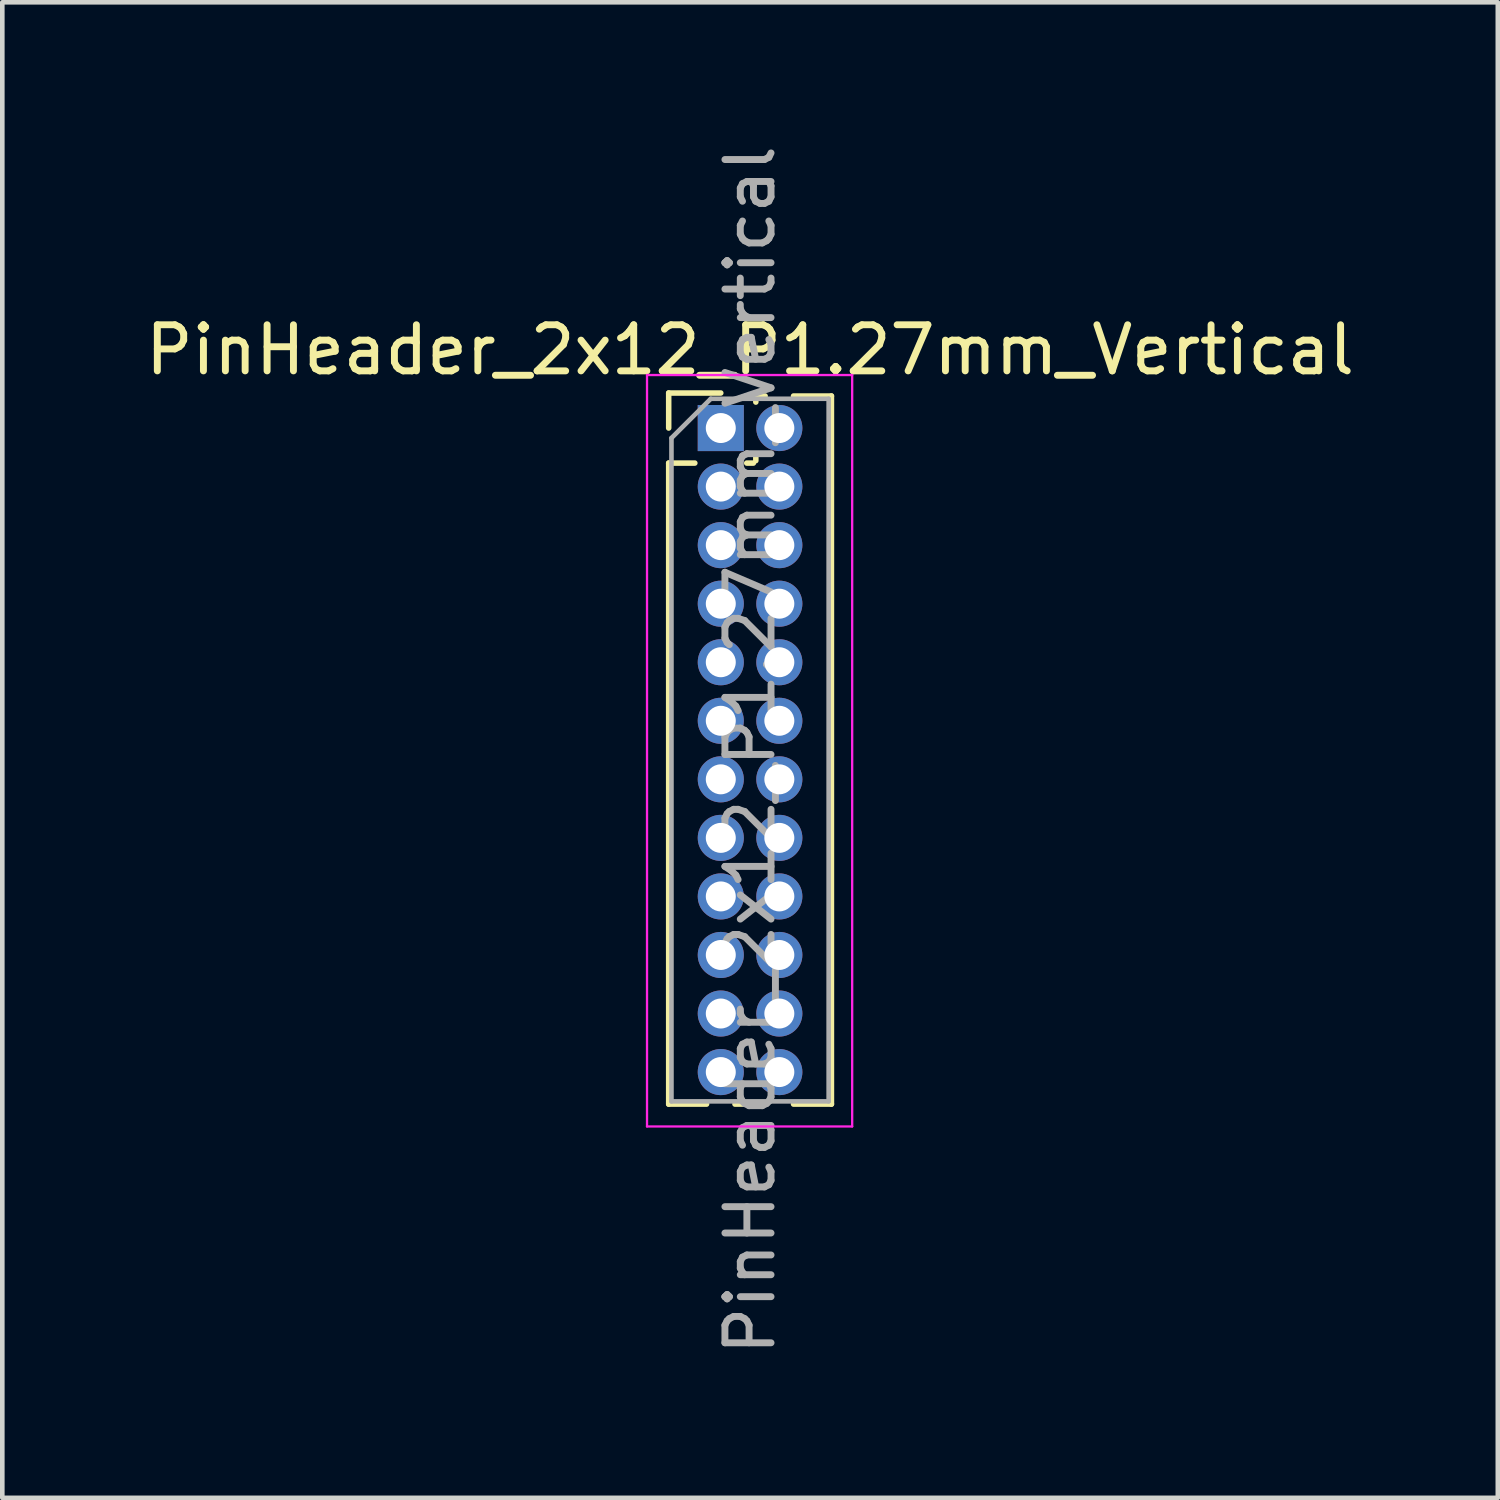
<source format=kicad_pcb>
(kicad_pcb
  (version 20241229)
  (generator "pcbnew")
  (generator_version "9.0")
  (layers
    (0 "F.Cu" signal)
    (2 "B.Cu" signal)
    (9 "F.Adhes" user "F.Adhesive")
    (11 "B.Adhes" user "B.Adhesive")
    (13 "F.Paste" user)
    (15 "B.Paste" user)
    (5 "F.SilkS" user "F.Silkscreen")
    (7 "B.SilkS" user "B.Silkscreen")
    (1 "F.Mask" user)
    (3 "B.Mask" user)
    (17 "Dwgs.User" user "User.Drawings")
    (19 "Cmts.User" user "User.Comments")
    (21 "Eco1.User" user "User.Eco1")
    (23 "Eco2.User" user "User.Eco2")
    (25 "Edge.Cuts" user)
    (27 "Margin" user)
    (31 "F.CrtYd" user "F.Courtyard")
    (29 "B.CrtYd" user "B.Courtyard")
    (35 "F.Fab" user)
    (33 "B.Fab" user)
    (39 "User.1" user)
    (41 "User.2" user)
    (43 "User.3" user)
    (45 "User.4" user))
  (footprint "PinHeader_2x12_P1.27mm_Vertical"
    (layer "F.Cu")
    (at 12.585 6.235)
    (property "Reference" "PinHeader_2x12_P1.27mm_Vertical" (at 0.635 -1.695 0) (layer "F.SilkS") (effects (font (size 1 1) (thickness 0.15))))
    (attr through_hole)
    (fp_line (start -1.13 -0.76) (end 0 -0.76) (stroke (width 0.12) (type solid)) (layer "F.SilkS"))
    (fp_line (start -1.13 0) (end -1.13 -0.76) (stroke (width 0.12) (type solid)) (layer "F.SilkS"))
    (fp_line (start -1.13 0.76) (end -1.13 14.665) (stroke (width 0.12) (type solid)) (layer "F.SilkS"))
    (fp_line (start -1.13 0.76) (end -0.563 0.76) (stroke (width 0.12) (type solid)) (layer "F.SilkS"))
    (fp_line (start -1.13 14.665) (end -0.308 14.665) (stroke (width 0.12) (type solid)) (layer "F.SilkS"))
    (fp_line (start 0.308 14.665) (end 0.962 14.665) (stroke (width 0.12) (type solid)) (layer "F.SilkS"))
    (fp_line (start 0.563 0.76) (end 0.707 0.76) (stroke (width 0.12) (type solid)) (layer "F.SilkS"))
    (fp_line (start 0.76 -0.695) (end 0.962 -0.695) (stroke (width 0.12) (type solid)) (layer "F.SilkS"))
    (fp_line (start 0.76 -0.563) (end 0.76 -0.695) (stroke (width 0.12) (type solid)) (layer "F.SilkS"))
    (fp_line (start 0.76 0.707) (end 0.76 0.563) (stroke (width 0.12) (type solid)) (layer "F.SilkS"))
    (fp_line (start 1.578 -0.695) (end 2.4 -0.695) (stroke (width 0.12) (type solid)) (layer "F.SilkS"))
    (fp_line (start 1.578 14.665) (end 2.4 14.665) (stroke (width 0.12) (type solid)) (layer "F.SilkS"))
    (fp_line (start 2.4 -0.695) (end 2.4 14.665) (stroke (width 0.12) (type solid)) (layer "F.SilkS"))
    (fp_line (start -1.6 -1.15) (end -1.6 15.15) (stroke (width 0.05) (type solid)) (layer "F.CrtYd"))
    (fp_line (start -1.6 15.15) (end 2.85 15.15) (stroke (width 0.05) (type solid)) (layer "F.CrtYd"))
    (fp_line (start 2.85 -1.15) (end -1.6 -1.15) (stroke (width 0.05) (type solid)) (layer "F.CrtYd"))
    (fp_line (start 2.85 15.15) (end 2.85 -1.15) (stroke (width 0.05) (type solid)) (layer "F.CrtYd"))
    (fp_line (start -1.07 0.217) (end -0.217 -0.635) (stroke (width 0.1) (type solid)) (layer "F.Fab"))
    (fp_line (start -1.07 14.605) (end -1.07 0.217) (stroke (width 0.1) (type solid)) (layer "F.Fab"))
    (fp_line (start -0.217 -0.635) (end 2.34 -0.635) (stroke (width 0.1) (type solid)) (layer "F.Fab"))
    (fp_line (start 2.34 -0.635) (end 2.34 14.605) (stroke (width 0.1) (type solid)) (layer "F.Fab"))
    (fp_line (start 2.34 14.605) (end -1.07 14.605) (stroke (width 0.1) (type solid)) (layer "F.Fab"))
    (fp_text user "${REFERENCE}" (at 0.635 6.985 90) (layer "F.Fab") (effects (font (size 1 1) (thickness 0.15))))
    (pad "1" thru_hole rect (at 0 0) (size 1 1) (drill 0.65) (layers "*.Cu" "*.Mask"))
    (pad "2" thru_hole oval (at 1.27 0) (size 1 1) (drill 0.65) (layers "*.Cu" "*.Mask"))
    (pad "3" thru_hole oval (at 0 1.27) (size 1 1) (drill 0.65) (layers "*.Cu" "*.Mask"))
    (pad "4" thru_hole oval (at 1.27 1.27) (size 1 1) (drill 0.65) (layers "*.Cu" "*.Mask"))
    (pad "5" thru_hole oval (at 0 2.54) (size 1 1) (drill 0.65) (layers "*.Cu" "*.Mask"))
    (pad "6" thru_hole oval (at 1.27 2.54) (size 1 1) (drill 0.65) (layers "*.Cu" "*.Mask"))
    (pad "7" thru_hole oval (at 0 3.81) (size 1 1) (drill 0.65) (layers "*.Cu" "*.Mask"))
    (pad "8" thru_hole oval (at 1.27 3.81) (size 1 1) (drill 0.65) (layers "*.Cu" "*.Mask"))
    (pad "9" thru_hole oval (at 0 5.08) (size 1 1) (drill 0.65) (layers "*.Cu" "*.Mask"))
    (pad "10" thru_hole oval (at 1.27 5.08) (size 1 1) (drill 0.65) (layers "*.Cu" "*.Mask"))
    (pad "11" thru_hole oval (at 0 6.35) (size 1 1) (drill 0.65) (layers "*.Cu" "*.Mask"))
    (pad "12" thru_hole oval (at 1.27 6.35) (size 1 1) (drill 0.65) (layers "*.Cu" "*.Mask"))
    (pad "13" thru_hole oval (at 0 7.62) (size 1 1) (drill 0.65) (layers "*.Cu" "*.Mask"))
    (pad "14" thru_hole oval (at 1.27 7.62) (size 1 1) (drill 0.65) (layers "*.Cu" "*.Mask"))
    (pad "15" thru_hole oval (at 0 8.89) (size 1 1) (drill 0.65) (layers "*.Cu" "*.Mask"))
    (pad "16" thru_hole oval (at 1.27 8.89) (size 1 1) (drill 0.65) (layers "*.Cu" "*.Mask"))
    (pad "17" thru_hole oval (at 0 10.16) (size 1 1) (drill 0.65) (layers "*.Cu" "*.Mask"))
    (pad "18" thru_hole oval (at 1.27 10.16) (size 1 1) (drill 0.65) (layers "*.Cu" "*.Mask"))
    (pad "19" thru_hole oval (at 0 11.43) (size 1 1) (drill 0.65) (layers "*.Cu" "*.Mask"))
    (pad "20" thru_hole oval (at 1.27 11.43) (size 1 1) (drill 0.65) (layers "*.Cu" "*.Mask"))
    (pad "21" thru_hole oval (at 0 12.7) (size 1 1) (drill 0.65) (layers "*.Cu" "*.Mask"))
    (pad "22" thru_hole oval (at 1.27 12.7) (size 1 1) (drill 0.65) (layers "*.Cu" "*.Mask"))
    (pad "23" thru_hole oval (at 0 13.97) (size 1 1) (drill 0.65) (layers "*.Cu" "*.Mask"))
    (pad "24" thru_hole oval (at 1.27 13.97) (size 1 1) (drill 0.65) (layers "*.Cu" "*.Mask")))
  (gr_rect
    (start -3 -3)
    (end 29.44 29.44)
    (stroke (width 0.1) (type default))
    (fill no)
    (layer "Edge.Cuts")))
</source>
